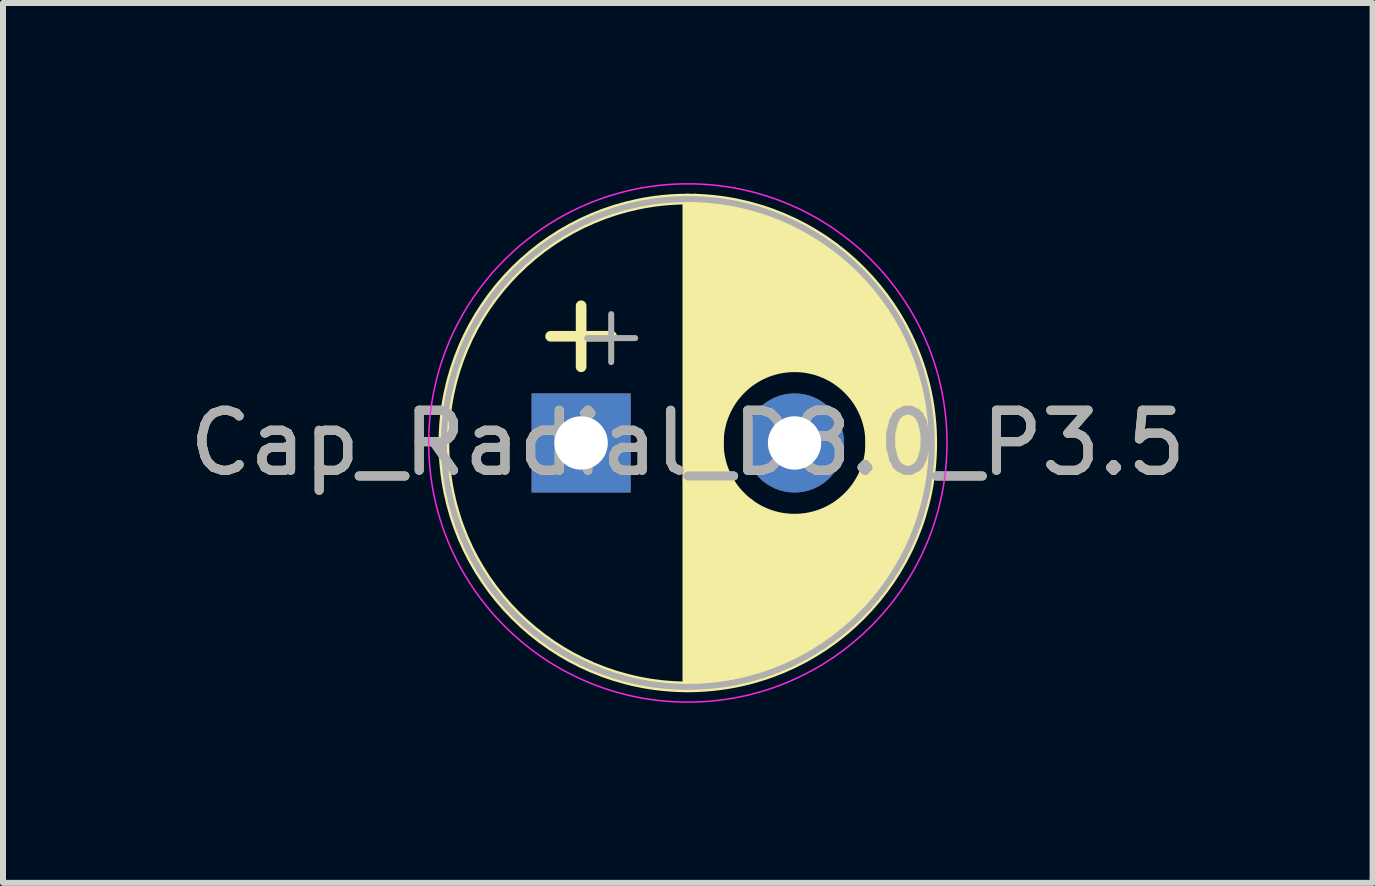
<source format=kicad_pcb>
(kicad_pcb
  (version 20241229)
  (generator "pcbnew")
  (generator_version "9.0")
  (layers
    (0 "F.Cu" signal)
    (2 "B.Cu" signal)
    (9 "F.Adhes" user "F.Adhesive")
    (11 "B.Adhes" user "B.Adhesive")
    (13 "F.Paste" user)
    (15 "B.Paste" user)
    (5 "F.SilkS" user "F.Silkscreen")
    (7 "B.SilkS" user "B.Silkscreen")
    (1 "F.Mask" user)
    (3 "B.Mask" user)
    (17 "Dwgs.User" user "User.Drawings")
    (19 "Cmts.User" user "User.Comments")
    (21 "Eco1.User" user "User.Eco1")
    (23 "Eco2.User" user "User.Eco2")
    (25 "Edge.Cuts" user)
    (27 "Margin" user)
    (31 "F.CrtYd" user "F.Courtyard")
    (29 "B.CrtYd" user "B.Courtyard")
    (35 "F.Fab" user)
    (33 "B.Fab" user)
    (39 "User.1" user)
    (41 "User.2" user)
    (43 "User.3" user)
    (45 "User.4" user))
  (footprint "Cap_Radial_D8.0_P3.5"
    (layer "F.Cu")
    (at 8.411 4.331)
    (property "Reference" "Cap_Radial_D8.0_P3.5" (at 0 0 0) (layer "F.SilkS") (effects (font (size 1 1) (thickness 0.15))))
    (attr through_hole)
    (fp_line (start -2.286 -1.778) (end -1.27 -1.778) (stroke (width 0.178) (type solid)) (layer "F.SilkS"))
    (fp_line (start -1.778 -2.286) (end -1.778 -1.27) (stroke (width 0.178) (type solid)) (layer "F.SilkS"))
    (fp_line (start 0 -4.064) (end 0 4.064) (stroke (width 0.178) (type solid)) (layer "F.SilkS"))
    (fp_line (start 0.127 -4.064) (end 0.127 3.937) (stroke (width 0.178) (type solid)) (layer "F.SilkS"))
    (fp_line (start 0.254 -3.937) (end 0.254 3.937) (stroke (width 0.178) (type solid)) (layer "F.SilkS"))
    (fp_line (start 0.381 -3.937) (end 0.381 3.937) (stroke (width 0.178) (type solid)) (layer "F.SilkS"))
    (fp_line (start 0.508 -3.937) (end 0.508 3.937) (stroke (width 0.178) (type solid)) (layer "F.SilkS"))
    (fp_line (start 0.635 -3.937) (end 0.635 -0.635) (stroke (width 0.178) (type solid)) (layer "F.SilkS"))
    (fp_line (start 0.635 0.635) (end 0.635 3.937) (stroke (width 0.178) (type solid)) (layer "F.SilkS"))
    (fp_line (start 0.762 -3.937) (end 0.762 -0.889) (stroke (width 0.178) (type solid)) (layer "F.SilkS"))
    (fp_line (start 0.762 0.889) (end 0.762 3.937) (stroke (width 0.178) (type solid)) (layer "F.SilkS"))
    (fp_line (start 0.889 -3.937) (end 0.889 -1.016) (stroke (width 0.178) (type solid)) (layer "F.SilkS"))
    (fp_line (start 0.889 1.016) (end 0.889 3.81) (stroke (width 0.178) (type solid)) (layer "F.SilkS"))
    (fp_line (start 1.016 -3.81) (end 1.016 -1.143) (stroke (width 0.178) (type solid)) (layer "F.SilkS"))
    (fp_line (start 1.016 1.016) (end 1.016 3.81) (stroke (width 0.178) (type solid)) (layer "F.SilkS"))
    (fp_line (start 1.143 -3.81) (end 1.143 -1.143) (stroke (width 0.178) (type solid)) (layer "F.SilkS"))
    (fp_line (start 1.143 1.143) (end 1.143 3.81) (stroke (width 0.178) (type solid)) (layer "F.SilkS"))
    (fp_line (start 1.27 -3.81) (end 1.27 -1.27) (stroke (width 0.178) (type solid)) (layer "F.SilkS"))
    (fp_line (start 1.27 1.27) (end 1.27 3.81) (stroke (width 0.178) (type solid)) (layer "F.SilkS"))
    (fp_line (start 1.397 -3.683) (end 1.397 -1.27) (stroke (width 0.178) (type solid)) (layer "F.SilkS"))
    (fp_line (start 1.397 1.27) (end 1.397 3.683) (stroke (width 0.178) (type solid)) (layer "F.SilkS"))
    (fp_line (start 1.524 -3.683) (end 1.524 -1.27) (stroke (width 0.178) (type solid)) (layer "F.SilkS"))
    (fp_line (start 1.524 1.27) (end 1.524 3.683) (stroke (width 0.178) (type solid)) (layer "F.SilkS"))
    (fp_line (start 1.651 -3.683) (end 1.651 -1.27) (stroke (width 0.178) (type solid)) (layer "F.SilkS"))
    (fp_line (start 1.651 1.27) (end 1.651 3.556) (stroke (width 0.178) (type solid)) (layer "F.SilkS"))
    (fp_line (start 1.778 -3.556) (end 1.778 -1.27) (stroke (width 0.178) (type solid)) (layer "F.SilkS"))
    (fp_line (start 1.778 1.27) (end 1.778 3.556) (stroke (width 0.178) (type solid)) (layer "F.SilkS"))
    (fp_line (start 1.905 -3.556) (end 1.905 -1.27) (stroke (width 0.178) (type solid)) (layer "F.SilkS"))
    (fp_line (start 1.905 1.27) (end 1.905 3.556) (stroke (width 0.178) (type solid)) (layer "F.SilkS"))
    (fp_line (start 2.032 -3.429) (end 2.032 -1.27) (stroke (width 0.178) (type solid)) (layer "F.SilkS"))
    (fp_line (start 2.032 1.27) (end 2.032 3.429) (stroke (width 0.178) (type solid)) (layer "F.SilkS"))
    (fp_line (start 2.159 -3.429) (end 2.159 -1.27) (stroke (width 0.178) (type solid)) (layer "F.SilkS"))
    (fp_line (start 2.159 1.27) (end 2.159 3.302) (stroke (width 0.178) (type solid)) (layer "F.SilkS"))
    (fp_line (start 2.286 -3.302) (end 2.286 -1.27) (stroke (width 0.178) (type solid)) (layer "F.SilkS"))
    (fp_line (start 2.286 -2.54) (end 2.286 -1.27) (stroke (width 0.178) (type solid)) (layer "F.SilkS"))
    (fp_line (start 2.286 1.27) (end 2.286 2.54) (stroke (width 0.178) (type solid)) (layer "F.SilkS"))
    (fp_line (start 2.286 1.27) (end 2.286 3.302) (stroke (width 0.178) (type solid)) (layer "F.SilkS"))
    (fp_line (start 2.413 -3.175) (end 2.413 -1.143) (stroke (width 0.178) (type solid)) (layer "F.SilkS"))
    (fp_line (start 2.413 1.143) (end 2.413 3.175) (stroke (width 0.178) (type solid)) (layer "F.SilkS"))
    (fp_line (start 2.54 -3.048) (end 2.54 -1.143) (stroke (width 0.178) (type solid)) (layer "F.SilkS"))
    (fp_line (start 2.54 1.143) (end 2.54 3.048) (stroke (width 0.178) (type solid)) (layer "F.SilkS"))
    (fp_line (start 2.667 -3.048) (end 2.667 -1.016) (stroke (width 0.178) (type solid)) (layer "F.SilkS"))
    (fp_line (start 2.667 1.016) (end 2.667 3.048) (stroke (width 0.178) (type solid)) (layer "F.SilkS"))
    (fp_line (start 2.794 -2.921) (end 2.794 -0.889) (stroke (width 0.178) (type solid)) (layer "F.SilkS"))
    (fp_line (start 2.794 0.889) (end 2.794 2.921) (stroke (width 0.178) (type solid)) (layer "F.SilkS"))
    (fp_line (start 2.921 -2.794) (end 2.921 -0.635) (stroke (width 0.178) (type solid)) (layer "F.SilkS"))
    (fp_line (start 2.921 0.635) (end 2.921 2.794) (stroke (width 0.178) (type solid)) (layer "F.SilkS"))
    (fp_line (start 3.048 -2.667) (end 3.048 2.54) (stroke (width 0.178) (type solid)) (layer "F.SilkS"))
    (fp_line (start 3.175 -2.413) (end 3.175 2.413) (stroke (width 0.178) (type solid)) (layer "F.SilkS"))
    (fp_line (start 3.302 -2.286) (end 3.302 2.286) (stroke (width 0.178) (type solid)) (layer "F.SilkS"))
    (fp_line (start 3.429 -2.032) (end 3.429 2.032) (stroke (width 0.178) (type solid)) (layer "F.SilkS"))
    (fp_line (start 3.556 -1.778) (end 3.556 1.778) (stroke (width 0.178) (type solid)) (layer "F.SilkS"))
    (fp_line (start 3.683 -1.524) (end 3.683 1.524) (stroke (width 0.178) (type solid)) (layer "F.SilkS"))
    (fp_line (start 3.81 -1.27) (end 3.81 1.27) (stroke (width 0.178) (type solid)) (layer "F.SilkS"))
    (fp_line (start 3.937 -0.889) (end 3.937 0.762) (stroke (width 0.178) (type solid)) (layer "F.SilkS"))
    (fp_circle (center 0 0) (end 4.064 0) (stroke (width 0.178) (type solid)) (fill no) (layer "F.SilkS"))
    (fp_circle (center 1.778 0) (end 3.048 0) (stroke (width 0.178) (type solid)) (fill no) (layer "F.SilkS"))
    (fp_circle (center 0 0) (end 4.318 0) (stroke (width 0.025) (type solid)) (fill no) (layer "F.CrtYd"))
    (fp_line (start -1.677 -1.748) (end -0.877 -1.748) (stroke (width 0.1) (type solid)) (layer "F.Fab"))
    (fp_line (start -1.277 -2.147) (end -1.277 -1.347) (stroke (width 0.1) (type solid)) (layer "F.Fab"))
    (fp_circle (center 0 0) (end -4.064 0) (stroke (width 0.1) (type solid)) (fill no) (layer "F.Fab"))
    (fp_text user "${REFERENCE}" (at 0 0 0) (layer "F.Fab") (effects (font (size 1 1) (thickness 0.15))))
    (pad "N" thru_hole circle (at 1.778 0) (size 1.651 1.651) (drill 0.889) (layers "*.Cu" "*.Mask"))
    (pad "P" thru_hole rect (at -1.778 0) (size 1.651 1.651) (drill 0.889) (layers "*.Cu" "*.Mask")))
  (gr_rect
    (start -3 -3)
    (end 19.821 11.661)
    (stroke (width 0.1) (type default))
    (fill no)
    (layer "Edge.Cuts")))
</source>
